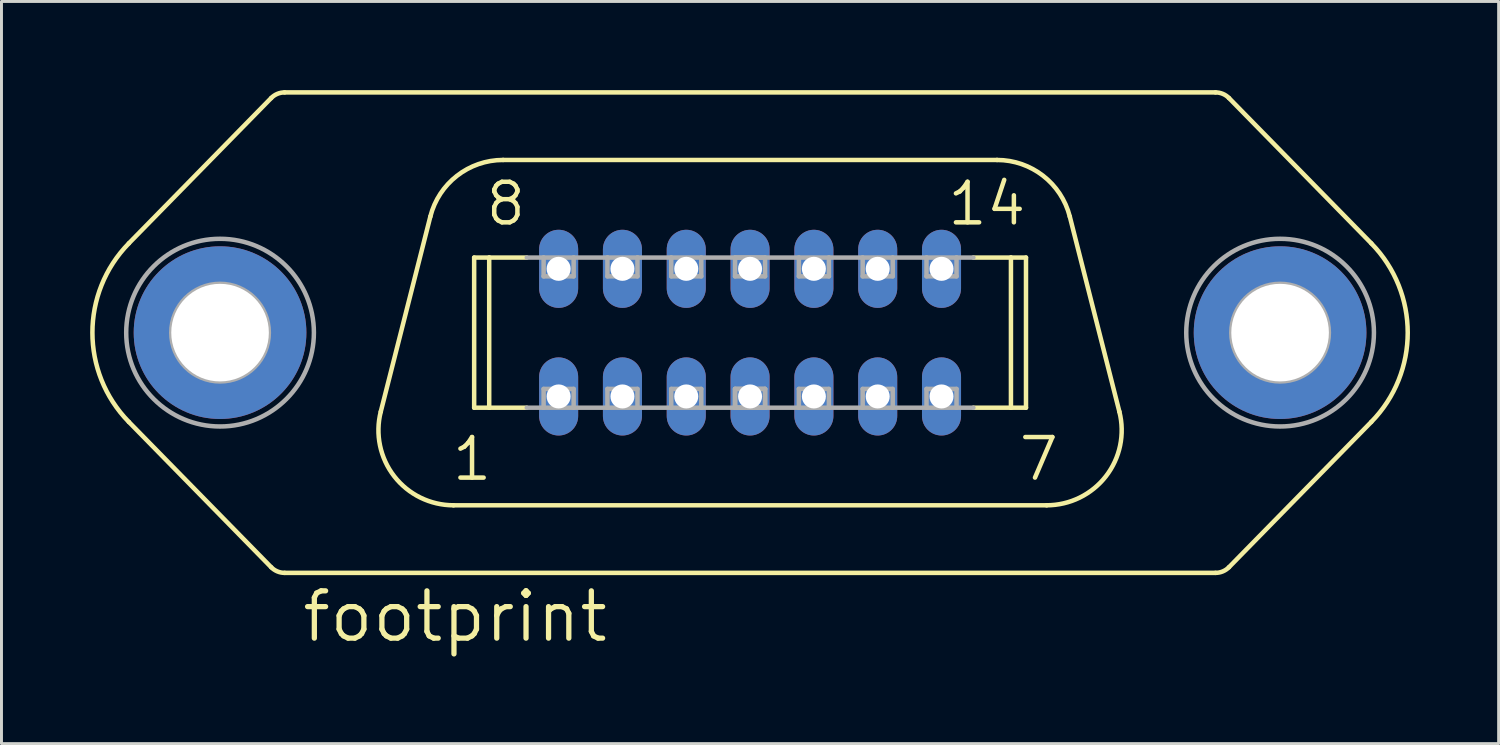
<source format=kicad_pcb>
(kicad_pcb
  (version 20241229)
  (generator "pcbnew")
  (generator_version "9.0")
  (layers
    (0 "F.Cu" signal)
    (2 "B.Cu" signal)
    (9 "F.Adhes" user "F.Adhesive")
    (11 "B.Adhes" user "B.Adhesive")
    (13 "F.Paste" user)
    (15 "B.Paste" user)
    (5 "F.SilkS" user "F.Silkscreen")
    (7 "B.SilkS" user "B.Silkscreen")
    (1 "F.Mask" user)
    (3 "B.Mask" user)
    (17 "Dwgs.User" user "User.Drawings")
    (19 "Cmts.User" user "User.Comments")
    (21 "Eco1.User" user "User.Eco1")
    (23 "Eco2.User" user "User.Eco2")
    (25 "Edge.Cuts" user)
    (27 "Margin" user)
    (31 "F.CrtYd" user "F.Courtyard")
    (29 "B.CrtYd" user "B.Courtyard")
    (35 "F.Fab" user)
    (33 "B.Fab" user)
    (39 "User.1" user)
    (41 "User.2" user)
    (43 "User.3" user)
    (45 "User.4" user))
  (footprint "footprint"
    (layer "F.Cu")
    (at 22.327 8.204)
    (property "Reference" "footprint" (at -15.24 10.541 0) (layer "F.SilkS") (effects (font (size 1.6 1.6) (thickness 0.178)) (justify left bottom)))
    (fp_line (start -16.202 -7.937) (end -21.017 -3.022) (stroke (width 0.152) (type solid)) (layer "F.SilkS"))
    (fp_line (start -16.202 7.937) (end -21.017 3.022) (stroke (width 0.152) (type solid)) (layer "F.SilkS"))
    (fp_line (start -15.748 -8.128) (end 15.748 -8.128) (stroke (width 0.152) (type solid)) (layer "F.SilkS"))
    (fp_line (start -15.748 8.128) (end 15.748 8.128) (stroke (width 0.152) (type solid)) (layer "F.SilkS"))
    (fp_line (start -10.817 -3.928) (end -12.495 2.676) (stroke (width 0.152) (type solid)) (layer "F.SilkS"))
    (fp_line (start -10.033 5.842) (end 10.033 5.842) (stroke (width 0.152) (type solid)) (layer "F.SilkS"))
    (fp_line (start -9.335 -2.54) (end -8.826 -2.54) (stroke (width 0.152) (type solid)) (layer "F.SilkS"))
    (fp_line (start -9.335 2.54) (end -9.335 -2.54) (stroke (width 0.152) (type solid)) (layer "F.SilkS"))
    (fp_line (start -9.335 2.54) (end -8.826 2.54) (stroke (width 0.152) (type solid)) (layer "F.SilkS"))
    (fp_line (start -8.826 -2.54) (end -7.555 -2.54) (stroke (width 0.152) (type solid)) (layer "F.SilkS"))
    (fp_line (start -8.826 2.54) (end -8.826 -2.54) (stroke (width 0.152) (type solid)) (layer "F.SilkS"))
    (fp_line (start -8.826 2.54) (end -7.555 2.54) (stroke (width 0.152) (type solid)) (layer "F.SilkS"))
    (fp_line (start -8.355 -5.842) (end 8.355 -5.842) (stroke (width 0.152) (type solid)) (layer "F.SilkS"))
    (fp_line (start 7.555 -2.54) (end 8.826 -2.54) (stroke (width 0.152) (type solid)) (layer "F.SilkS"))
    (fp_line (start 7.555 2.54) (end 8.826 2.54) (stroke (width 0.152) (type solid)) (layer "F.SilkS"))
    (fp_line (start 8.826 -2.54) (end 9.335 -2.54) (stroke (width 0.152) (type solid)) (layer "F.SilkS"))
    (fp_line (start 8.826 2.54) (end 8.826 -2.54) (stroke (width 0.152) (type solid)) (layer "F.SilkS"))
    (fp_line (start 8.826 2.54) (end 9.335 2.54) (stroke (width 0.152) (type solid)) (layer "F.SilkS"))
    (fp_line (start 9.335 2.54) (end 9.335 -2.54) (stroke (width 0.152) (type solid)) (layer "F.SilkS"))
    (fp_line (start 10.817 -3.928) (end 12.495 2.676) (stroke (width 0.152) (type solid)) (layer "F.SilkS"))
    (fp_line (start 16.202 -7.937) (end 21.017 -3.022) (stroke (width 0.152) (type solid)) (layer "F.SilkS"))
    (fp_line (start 16.202 7.937) (end 21.017 3.022) (stroke (width 0.152) (type solid)) (layer "F.SilkS"))
    (fp_arc (start -21.016999 3.022001) (mid -22.250365 0.000401) (end -21.017 -3.0212) (stroke (width 0.1524) (type solid)) (layer "F.SilkS"))
    (fp_arc (start -16.202 -7.937) (mid -15.99441 -8.078018) (end -15.7484 -8.1276) (stroke (width 0.1524) (type solid)) (layer "F.SilkS"))
    (fp_arc (start -15.7484 8.1276) (mid -15.99441 8.078018) (end -16.202 7.937) (stroke (width 0.1524) (type solid)) (layer "F.SilkS"))
    (fp_arc (start -10.817 -3.928) (mid -9.914487 -5.307487) (end -8.355199 -5.842401) (stroke (width 0.1524) (type solid)) (layer "F.SilkS"))
    (fp_arc (start -10.033198 5.8416) (mid -12.038285 4.860864) (end -12.495 2.676) (stroke (width 0.1524) (type solid)) (layer "F.SilkS"))
    (fp_arc (start 8.355 -5.842) (mid 9.914288 -5.307086) (end 10.8168 -3.927599) (stroke (width 0.1524) (type solid)) (layer "F.SilkS"))
    (fp_arc (start 12.495 2.675998) (mid 12.038287 4.860862) (end 10.0332 5.8416) (stroke (width 0.1524) (type solid)) (layer "F.SilkS"))
    (fp_arc (start 15.7484 -8.1276) (mid 15.99441 -8.078018) (end 16.202 -7.937) (stroke (width 0.1524) (type solid)) (layer "F.SilkS"))
    (fp_arc (start 16.202 7.937) (mid 15.99441 8.078018) (end 15.7484 8.1276) (stroke (width 0.1524) (type solid)) (layer "F.SilkS"))
    (fp_arc (start 21.016999 -3.021201) (mid 22.250365 0.000399) (end 21.017 3.022) (stroke (width 0.1524) (type solid)) (layer "F.SilkS"))
    (fp_line (start -7.555 -2.54) (end -6.985 -2.54) (stroke (width 0.152) (type solid)) (layer "F.Fab"))
    (fp_line (start -7.555 2.54) (end -6.985 2.54) (stroke (width 0.152) (type solid)) (layer "F.Fab"))
    (fp_line (start -6.985 -2.54) (end -5.969 -2.54) (stroke (width 0.152) (type solid)) (layer "F.Fab"))
    (fp_line (start -6.985 -1.905) (end -6.985 -2.54) (stroke (width 0.152) (type solid)) (layer "F.Fab"))
    (fp_line (start -6.985 1.905) (end -5.969 1.905) (stroke (width 0.152) (type solid)) (layer "F.Fab"))
    (fp_line (start -6.985 2.54) (end -6.985 1.905) (stroke (width 0.152) (type solid)) (layer "F.Fab"))
    (fp_line (start -5.969 -2.54) (end -5.969 -1.905) (stroke (width 0.152) (type solid)) (layer "F.Fab"))
    (fp_line (start -5.969 -2.54) (end -4.826 -2.54) (stroke (width 0.152) (type solid)) (layer "F.Fab"))
    (fp_line (start -5.969 -1.905) (end -6.985 -1.905) (stroke (width 0.152) (type solid)) (layer "F.Fab"))
    (fp_line (start -5.969 1.905) (end -5.969 2.54) (stroke (width 0.152) (type solid)) (layer "F.Fab"))
    (fp_line (start -5.969 2.54) (end -6.985 2.54) (stroke (width 0.152) (type solid)) (layer "F.Fab"))
    (fp_line (start -5.969 2.54) (end -4.826 2.54) (stroke (width 0.152) (type solid)) (layer "F.Fab"))
    (fp_line (start -4.826 -2.54) (end -3.81 -2.54) (stroke (width 0.152) (type solid)) (layer "F.Fab"))
    (fp_line (start -4.826 -1.905) (end -4.826 -2.54) (stroke (width 0.152) (type solid)) (layer "F.Fab"))
    (fp_line (start -4.826 1.905) (end -3.81 1.905) (stroke (width 0.152) (type solid)) (layer "F.Fab"))
    (fp_line (start -4.826 2.54) (end -4.826 1.905) (stroke (width 0.152) (type solid)) (layer "F.Fab"))
    (fp_line (start -3.81 -2.54) (end -3.81 -1.905) (stroke (width 0.152) (type solid)) (layer "F.Fab"))
    (fp_line (start -3.81 -2.54) (end -2.667 -2.54) (stroke (width 0.152) (type solid)) (layer "F.Fab"))
    (fp_line (start -3.81 -1.905) (end -4.826 -1.905) (stroke (width 0.152) (type solid)) (layer "F.Fab"))
    (fp_line (start -3.81 1.905) (end -3.81 2.54) (stroke (width 0.152) (type solid)) (layer "F.Fab"))
    (fp_line (start -3.81 2.54) (end -4.826 2.54) (stroke (width 0.152) (type solid)) (layer "F.Fab"))
    (fp_line (start -3.81 2.54) (end -2.667 2.54) (stroke (width 0.152) (type solid)) (layer "F.Fab"))
    (fp_line (start -2.667 -2.54) (end -1.651 -2.54) (stroke (width 0.152) (type solid)) (layer "F.Fab"))
    (fp_line (start -2.667 -1.905) (end -2.667 -2.54) (stroke (width 0.152) (type solid)) (layer "F.Fab"))
    (fp_line (start -2.667 1.905) (end -1.651 1.905) (stroke (width 0.152) (type solid)) (layer "F.Fab"))
    (fp_line (start -2.667 2.54) (end -2.667 1.905) (stroke (width 0.152) (type solid)) (layer "F.Fab"))
    (fp_line (start -1.651 -2.54) (end -1.651 -1.905) (stroke (width 0.152) (type solid)) (layer "F.Fab"))
    (fp_line (start -1.651 -2.54) (end 1.651 -2.54) (stroke (width 0.152) (type solid)) (layer "F.Fab"))
    (fp_line (start -1.651 -1.905) (end -2.667 -1.905) (stroke (width 0.152) (type solid)) (layer "F.Fab"))
    (fp_line (start -1.651 1.905) (end -1.651 2.54) (stroke (width 0.152) (type solid)) (layer "F.Fab"))
    (fp_line (start -1.651 2.54) (end -2.667 2.54) (stroke (width 0.152) (type solid)) (layer "F.Fab"))
    (fp_line (start -1.651 2.54) (end 1.651 2.54) (stroke (width 0.152) (type solid)) (layer "F.Fab"))
    (fp_line (start -0.508 -2.54) (end 0.508 -2.54) (stroke (width 0.152) (type solid)) (layer "F.Fab"))
    (fp_line (start -0.508 -1.905) (end -0.508 -2.54) (stroke (width 0.152) (type solid)) (layer "F.Fab"))
    (fp_line (start -0.508 1.905) (end 0.508 1.905) (stroke (width 0.152) (type solid)) (layer "F.Fab"))
    (fp_line (start -0.508 1.905) (end 0.508 1.905) (stroke (width 0.152) (type solid)) (layer "F.Fab"))
    (fp_line (start -0.508 2.54) (end -0.508 1.905) (stroke (width 0.152) (type solid)) (layer "F.Fab"))
    (fp_line (start -0.508 2.54) (end -0.508 1.905) (stroke (width 0.152) (type solid)) (layer "F.Fab"))
    (fp_line (start 0.508 -2.54) (end 0.508 -1.905) (stroke (width 0.152) (type solid)) (layer "F.Fab"))
    (fp_line (start 0.508 -1.905) (end -0.508 -1.905) (stroke (width 0.152) (type solid)) (layer "F.Fab"))
    (fp_line (start 0.508 1.905) (end 0.508 2.54) (stroke (width 0.152) (type solid)) (layer "F.Fab"))
    (fp_line (start 0.508 1.905) (end 0.508 2.54) (stroke (width 0.152) (type solid)) (layer "F.Fab"))
    (fp_line (start 0.508 2.54) (end -0.508 2.54) (stroke (width 0.152) (type solid)) (layer "F.Fab"))
    (fp_line (start 0.508 2.54) (end -0.508 2.54) (stroke (width 0.152) (type solid)) (layer "F.Fab"))
    (fp_line (start 1.651 -2.54) (end 2.667 -2.54) (stroke (width 0.152) (type solid)) (layer "F.Fab"))
    (fp_line (start 1.651 -1.905) (end 1.651 -2.54) (stroke (width 0.152) (type solid)) (layer "F.Fab"))
    (fp_line (start 1.651 1.905) (end 2.667 1.905) (stroke (width 0.152) (type solid)) (layer "F.Fab"))
    (fp_line (start 1.651 2.54) (end 1.651 1.905) (stroke (width 0.152) (type solid)) (layer "F.Fab"))
    (fp_line (start 2.667 -2.54) (end 2.667 -1.905) (stroke (width 0.152) (type solid)) (layer "F.Fab"))
    (fp_line (start 2.667 -2.54) (end 3.81 -2.54) (stroke (width 0.152) (type solid)) (layer "F.Fab"))
    (fp_line (start 2.667 -1.905) (end 1.651 -1.905) (stroke (width 0.152) (type solid)) (layer "F.Fab"))
    (fp_line (start 2.667 1.905) (end 2.667 2.54) (stroke (width 0.152) (type solid)) (layer "F.Fab"))
    (fp_line (start 2.667 2.54) (end 1.651 2.54) (stroke (width 0.152) (type solid)) (layer "F.Fab"))
    (fp_line (start 2.667 2.54) (end 3.81 2.54) (stroke (width 0.152) (type solid)) (layer "F.Fab"))
    (fp_line (start 3.81 -2.54) (end 4.826 -2.54) (stroke (width 0.152) (type solid)) (layer "F.Fab"))
    (fp_line (start 3.81 -1.905) (end 3.81 -2.54) (stroke (width 0.152) (type solid)) (layer "F.Fab"))
    (fp_line (start 3.81 1.905) (end 4.826 1.905) (stroke (width 0.152) (type solid)) (layer "F.Fab"))
    (fp_line (start 3.81 2.54) (end 3.81 1.905) (stroke (width 0.152) (type solid)) (layer "F.Fab"))
    (fp_line (start 4.826 -2.54) (end 4.826 -1.905) (stroke (width 0.152) (type solid)) (layer "F.Fab"))
    (fp_line (start 4.826 -2.54) (end 5.969 -2.54) (stroke (width 0.152) (type solid)) (layer "F.Fab"))
    (fp_line (start 4.826 -1.905) (end 3.81 -1.905) (stroke (width 0.152) (type solid)) (layer "F.Fab"))
    (fp_line (start 4.826 1.905) (end 4.826 2.54) (stroke (width 0.152) (type solid)) (layer "F.Fab"))
    (fp_line (start 4.826 2.54) (end 3.81 2.54) (stroke (width 0.152) (type solid)) (layer "F.Fab"))
    (fp_line (start 4.826 2.54) (end 5.969 2.54) (stroke (width 0.152) (type solid)) (layer "F.Fab"))
    (fp_line (start 5.969 -2.54) (end 6.985 -2.54) (stroke (width 0.152) (type solid)) (layer "F.Fab"))
    (fp_line (start 5.969 -1.905) (end 5.969 -2.54) (stroke (width 0.152) (type solid)) (layer "F.Fab"))
    (fp_line (start 5.969 1.905) (end 6.985 1.905) (stroke (width 0.152) (type solid)) (layer "F.Fab"))
    (fp_line (start 5.969 2.54) (end 5.969 1.905) (stroke (width 0.152) (type solid)) (layer "F.Fab"))
    (fp_line (start 6.985 -2.54) (end 6.985 -1.905) (stroke (width 0.152) (type solid)) (layer "F.Fab"))
    (fp_line (start 6.985 -2.54) (end 7.555 -2.54) (stroke (width 0.152) (type solid)) (layer "F.Fab"))
    (fp_line (start 6.985 -1.905) (end 5.969 -1.905) (stroke (width 0.152) (type solid)) (layer "F.Fab"))
    (fp_line (start 6.985 1.905) (end 6.985 2.54) (stroke (width 0.152) (type solid)) (layer "F.Fab"))
    (fp_line (start 6.985 2.54) (end 5.969 2.54) (stroke (width 0.152) (type solid)) (layer "F.Fab"))
    (fp_line (start 6.985 2.54) (end 7.555 2.54) (stroke (width 0.152) (type solid)) (layer "F.Fab"))
    (fp_circle (center -17.932 0) (end -16.281 0) (stroke (width 0.152) (type solid)) (fill no) (layer "F.Fab"))
    (fp_circle (center -17.932 0) (end -14.757 0) (stroke (width 0.152) (type solid)) (fill no) (layer "F.Fab"))
    (fp_circle (center 17.932 0) (end 19.583 0) (stroke (width 0.152) (type solid)) (fill no) (layer "F.Fab"))
    (fp_circle (center 17.932 0) (end 21.107 0) (stroke (width 0.152) (type solid)) (fill no) (layer "F.Fab"))
    (fp_poly (pts (xy -6.985 -1.905) (xy -5.969 -1.905) (xy -5.969 -2.54) (xy -6.985 -2.54)) (stroke (width 0.1) (type solid)) (fill no) (layer "F.Fab"))
    (fp_poly (pts (xy -6.985 2.54) (xy -5.969 2.54) (xy -5.969 1.905) (xy -6.985 1.905)) (stroke (width 0.1) (type solid)) (fill no) (layer "F.Fab"))
    (fp_poly (pts (xy -4.826 -1.905) (xy -3.81 -1.905) (xy -3.81 -2.54) (xy -4.826 -2.54)) (stroke (width 0.1) (type solid)) (fill no) (layer "F.Fab"))
    (fp_poly (pts (xy -4.826 2.54) (xy -3.81 2.54) (xy -3.81 1.905) (xy -4.826 1.905)) (stroke (width 0.1) (type solid)) (fill no) (layer "F.Fab"))
    (fp_poly (pts (xy -2.667 -1.905) (xy -1.651 -1.905) (xy -1.651 -2.54) (xy -2.667 -2.54)) (stroke (width 0.1) (type solid)) (fill no) (layer "F.Fab"))
    (fp_poly (pts (xy -2.667 2.54) (xy -1.651 2.54) (xy -1.651 1.905) (xy -2.667 1.905)) (stroke (width 0.1) (type solid)) (fill no) (layer "F.Fab"))
    (fp_poly (pts (xy -0.508 -1.905) (xy 0.508 -1.905) (xy 0.508 -2.54) (xy -0.508 -2.54)) (stroke (width 0.1) (type solid)) (fill no) (layer "F.Fab"))
    (fp_poly (pts (xy -0.508 2.54) (xy 0.508 2.54) (xy 0.508 1.905) (xy -0.508 1.905)) (stroke (width 0.1) (type solid)) (fill no) (layer "F.Fab"))
    (fp_poly (pts (xy 1.651 -1.905) (xy 2.667 -1.905) (xy 2.667 -2.54) (xy 1.651 -2.54)) (stroke (width 0.1) (type solid)) (fill no) (layer "F.Fab"))
    (fp_poly (pts (xy 1.651 2.54) (xy 2.667 2.54) (xy 2.667 1.905) (xy 1.651 1.905)) (stroke (width 0.1) (type solid)) (fill no) (layer "F.Fab"))
    (fp_poly (pts (xy 3.81 -1.905) (xy 4.826 -1.905) (xy 4.826 -2.54) (xy 3.81 -2.54)) (stroke (width 0.1) (type solid)) (fill no) (layer "F.Fab"))
    (fp_poly (pts (xy 3.81 2.54) (xy 4.826 2.54) (xy 4.826 1.905) (xy 3.81 1.905)) (stroke (width 0.1) (type solid)) (fill no) (layer "F.Fab"))
    (fp_poly (pts (xy 5.969 -1.905) (xy 6.985 -1.905) (xy 6.985 -2.54) (xy 5.969 -2.54)) (stroke (width 0.1) (type solid)) (fill no) (layer "F.Fab"))
    (fp_poly (pts (xy 5.969 2.54) (xy 6.985 2.54) (xy 6.985 1.905) (xy 5.969 1.905)) (stroke (width 0.1) (type solid)) (fill no) (layer "F.Fab"))
    (fp_text user "8" (at -9.017 -3.556 0) (layer "F.SilkS") (effects (font (size 1.372 1.372) (thickness 0.152)) (justify left bottom)))
    (fp_text user "14" (at 6.604 -3.556 0) (layer "F.SilkS") (effects (font (size 1.372 1.372) (thickness 0.152)) (justify left bottom)))
    (fp_text user "7" (at 9.017 5.08 0) (layer "F.SilkS") (effects (font (size 1.372 1.372) (thickness 0.152)) (justify left bottom)))
    (fp_text user "1" (at -10.16 5.08 0) (layer "F.SilkS") (effects (font (size 1.372 1.372) (thickness 0.152)) (justify left bottom)))
    (pad "1" thru_hole oval (at -6.477 2.159 90) (size 2.642 1.321) (drill 0.813) (layers "*.Cu" "*.Mask"))
    (pad "2" thru_hole oval (at -4.318 2.159 90) (size 2.642 1.321) (drill 0.813) (layers "*.Cu" "*.Mask"))
    (pad "3" thru_hole oval (at -2.159 2.159 90) (size 2.642 1.321) (drill 0.813) (layers "*.Cu" "*.Mask"))
    (pad "4" thru_hole oval (at 0 2.159 90) (size 2.642 1.321) (drill 0.813) (layers "*.Cu" "*.Mask"))
    (pad "5" thru_hole oval (at 2.159 2.159 90) (size 2.642 1.321) (drill 0.813) (layers "*.Cu" "*.Mask"))
    (pad "6" thru_hole oval (at 4.318 2.159 90) (size 2.642 1.321) (drill 0.813) (layers "*.Cu" "*.Mask"))
    (pad "7" thru_hole oval (at 6.477 2.159 90) (size 2.642 1.321) (drill 0.813) (layers "*.Cu" "*.Mask"))
    (pad "8" thru_hole oval (at -6.477 -2.159 90) (size 2.642 1.321) (drill 0.813) (layers "*.Cu" "*.Mask"))
    (pad "9" thru_hole oval (at -4.318 -2.159 90) (size 2.642 1.321) (drill 0.813) (layers "*.Cu" "*.Mask"))
    (pad "10" thru_hole oval (at -2.159 -2.159 90) (size 2.642 1.321) (drill 0.813) (layers "*.Cu" "*.Mask"))
    (pad "11" thru_hole oval (at 0 -2.159 90) (size 2.642 1.321) (drill 0.813) (layers "*.Cu" "*.Mask"))
    (pad "12" thru_hole oval (at 2.159 -2.159 90) (size 2.642 1.321) (drill 0.813) (layers "*.Cu" "*.Mask"))
    (pad "13" thru_hole oval (at 4.318 -2.159 90) (size 2.642 1.321) (drill 0.813) (layers "*.Cu" "*.Mask"))
    (pad "14" thru_hole oval (at 6.477 -2.159 90) (size 2.642 1.321) (drill 0.813) (layers "*.Cu" "*.Mask"))
    (pad "G" thru_hole circle (at -17.932 0) (size 5.842 5.842) (drill 3.302) (layers "*.Cu" "*.Mask"))
    (pad "G1" thru_hole circle (at 17.932 0) (size 5.842 5.842) (drill 3.302) (layers "*.Cu" "*.Mask")))
  (gr_rect
    (start -3 -3)
    (end 47.653 22.108)
    (stroke (width 0.1) (type default))
    (fill no)
    (layer "Edge.Cuts")))
</source>
